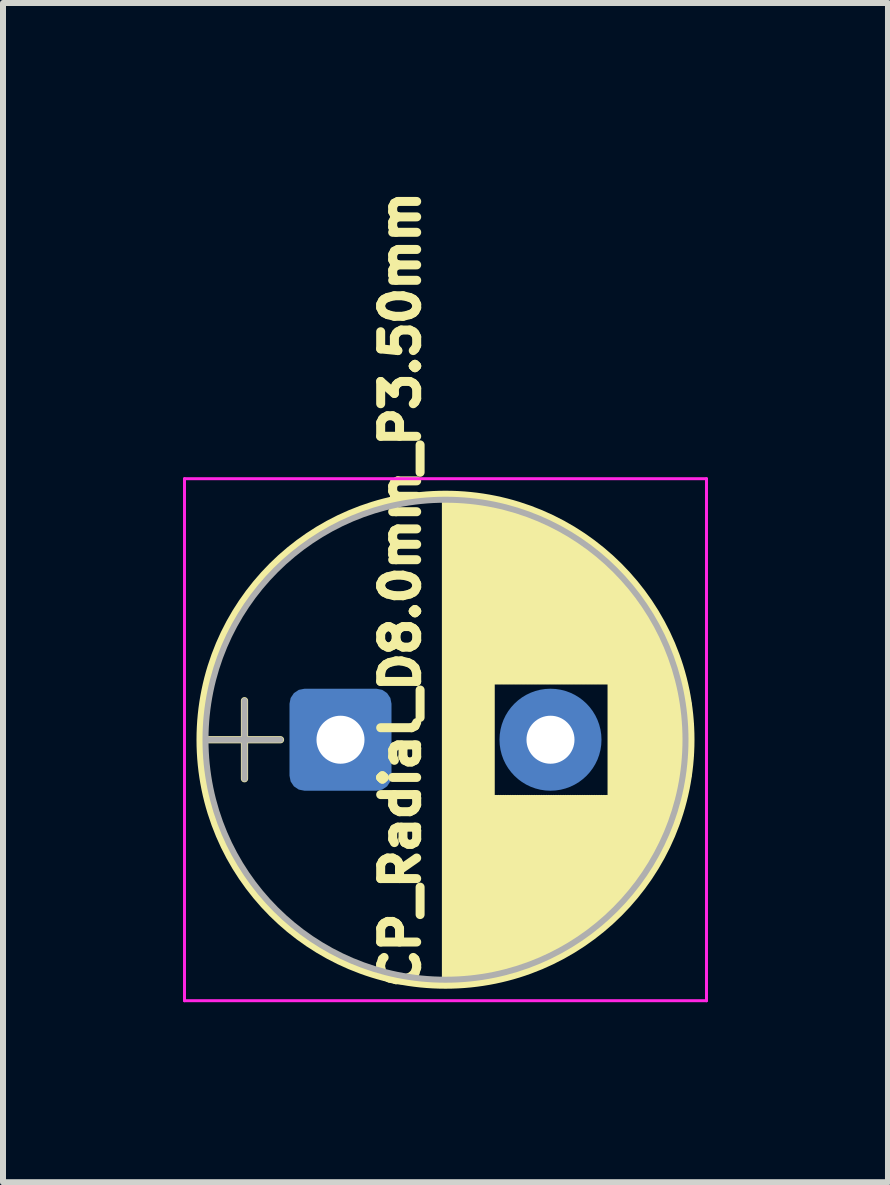
<source format=kicad_pcb>
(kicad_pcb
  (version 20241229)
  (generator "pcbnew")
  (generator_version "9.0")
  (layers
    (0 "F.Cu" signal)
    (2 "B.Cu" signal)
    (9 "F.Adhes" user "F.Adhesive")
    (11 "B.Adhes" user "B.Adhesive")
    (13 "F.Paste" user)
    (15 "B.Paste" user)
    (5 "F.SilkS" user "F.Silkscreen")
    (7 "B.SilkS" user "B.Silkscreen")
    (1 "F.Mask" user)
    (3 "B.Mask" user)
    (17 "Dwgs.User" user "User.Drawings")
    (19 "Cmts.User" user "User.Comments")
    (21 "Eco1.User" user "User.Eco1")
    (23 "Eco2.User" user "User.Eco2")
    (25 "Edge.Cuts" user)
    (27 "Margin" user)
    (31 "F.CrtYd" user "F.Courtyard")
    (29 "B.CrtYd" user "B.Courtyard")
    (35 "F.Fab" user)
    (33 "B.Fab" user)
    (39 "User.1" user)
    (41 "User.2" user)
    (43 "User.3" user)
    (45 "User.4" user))
  (footprint "CP_Radial_D8.0mm_P3.50mm"
    (layer "F.Cu")
    (at 4.375 9.279)
    (property "Reference" "CP_Radial_D8.0mm_P3.50mm" (at -0.75 -2.5 90) (layer "F.SilkS") (effects (font (size 0.6 0.6) (thickness 0.15))))
    (attr through_hole)
    (fp_line (start -3.95 0) (end -2.75 0) (stroke (width 0.12) (type solid)) (layer "F.SilkS"))
    (fp_line (start -3.35 -0.65) (end -3.35 0.65) (stroke (width 0.12) (type solid)) (layer "F.SilkS"))
    (fp_line (start 0 -4.05) (end 0 4.05) (stroke (width 0.12) (type solid)) (layer "F.SilkS"))
    (fp_line (start 0.04 -4.05) (end 0.04 4.05) (stroke (width 0.12) (type solid)) (layer "F.SilkS"))
    (fp_line (start 0.08 -4.05) (end 0.08 4.05) (stroke (width 0.12) (type solid)) (layer "F.SilkS"))
    (fp_line (start 0.12 -4.049) (end 0.12 4.049) (stroke (width 0.12) (type solid)) (layer "F.SilkS"))
    (fp_line (start 0.16 -4.047) (end 0.16 4.047) (stroke (width 0.12) (type solid)) (layer "F.SilkS"))
    (fp_line (start 0.2 -4.046) (end 0.2 4.046) (stroke (width 0.12) (type solid)) (layer "F.SilkS"))
    (fp_line (start 0.24 -4.043) (end 0.24 4.043) (stroke (width 0.12) (type solid)) (layer "F.SilkS"))
    (fp_line (start 0.28 -4.041) (end 0.28 4.041) (stroke (width 0.12) (type solid)) (layer "F.SilkS"))
    (fp_line (start 0.32 -4.038) (end 0.32 4.038) (stroke (width 0.12) (type solid)) (layer "F.SilkS"))
    (fp_line (start 0.36 -4.035) (end 0.36 4.035) (stroke (width 0.12) (type solid)) (layer "F.SilkS"))
    (fp_line (start 0.4 -4.031) (end 0.4 4.031) (stroke (width 0.12) (type solid)) (layer "F.SilkS"))
    (fp_line (start 0.44 -4.027) (end 0.44 4.027) (stroke (width 0.12) (type solid)) (layer "F.SilkS"))
    (fp_line (start 0.48 -4.022) (end 0.48 4.022) (stroke (width 0.12) (type solid)) (layer "F.SilkS"))
    (fp_line (start 0.52 -4.017) (end 0.52 4.017) (stroke (width 0.12) (type solid)) (layer "F.SilkS"))
    (fp_line (start 0.56 -4.012) (end 0.56 4.012) (stroke (width 0.12) (type solid)) (layer "F.SilkS"))
    (fp_line (start 0.6 -4.006) (end 0.6 4.006) (stroke (width 0.12) (type solid)) (layer "F.SilkS"))
    (fp_line (start 0.64 -4) (end 0.64 4) (stroke (width 0.12) (type solid)) (layer "F.SilkS"))
    (fp_line (start 0.68 -3.994) (end 0.68 3.994) (stroke (width 0.12) (type solid)) (layer "F.SilkS"))
    (fp_line (start 0.721 -3.987) (end 0.721 3.987) (stroke (width 0.12) (type solid)) (layer "F.SilkS"))
    (fp_line (start 0.761 -3.979) (end 0.761 3.979) (stroke (width 0.12) (type solid)) (layer "F.SilkS"))
    (fp_line (start 0.801 -3.971) (end 0.801 -0.98) (stroke (width 0.12) (type solid)) (layer "F.SilkS"))
    (fp_line (start 0.801 0.98) (end 0.801 3.971) (stroke (width 0.12) (type solid)) (layer "F.SilkS"))
    (fp_line (start 0.841 -3.963) (end 0.841 -0.98) (stroke (width 0.12) (type solid)) (layer "F.SilkS"))
    (fp_line (start 0.841 0.98) (end 0.841 3.963) (stroke (width 0.12) (type solid)) (layer "F.SilkS"))
    (fp_line (start 0.881 -3.955) (end 0.881 -0.98) (stroke (width 0.12) (type solid)) (layer "F.SilkS"))
    (fp_line (start 0.881 0.98) (end 0.881 3.955) (stroke (width 0.12) (type solid)) (layer "F.SilkS"))
    (fp_line (start 0.921 -3.946) (end 0.921 -0.98) (stroke (width 0.12) (type solid)) (layer "F.SilkS"))
    (fp_line (start 0.921 0.98) (end 0.921 3.946) (stroke (width 0.12) (type solid)) (layer "F.SilkS"))
    (fp_line (start 0.961 -3.936) (end 0.961 -0.98) (stroke (width 0.12) (type solid)) (layer "F.SilkS"))
    (fp_line (start 0.961 0.98) (end 0.961 3.936) (stroke (width 0.12) (type solid)) (layer "F.SilkS"))
    (fp_line (start 1.001 -3.926) (end 1.001 -0.98) (stroke (width 0.12) (type solid)) (layer "F.SilkS"))
    (fp_line (start 1.001 0.98) (end 1.001 3.926) (stroke (width 0.12) (type solid)) (layer "F.SilkS"))
    (fp_line (start 1.041 -3.916) (end 1.041 -0.98) (stroke (width 0.12) (type solid)) (layer "F.SilkS"))
    (fp_line (start 1.041 0.98) (end 1.041 3.916) (stroke (width 0.12) (type solid)) (layer "F.SilkS"))
    (fp_line (start 1.081 -3.905) (end 1.081 -0.98) (stroke (width 0.12) (type solid)) (layer "F.SilkS"))
    (fp_line (start 1.081 0.98) (end 1.081 3.905) (stroke (width 0.12) (type solid)) (layer "F.SilkS"))
    (fp_line (start 1.121 -3.894) (end 1.121 -0.98) (stroke (width 0.12) (type solid)) (layer "F.SilkS"))
    (fp_line (start 1.121 0.98) (end 1.121 3.894) (stroke (width 0.12) (type solid)) (layer "F.SilkS"))
    (fp_line (start 1.161 -3.883) (end 1.161 -0.98) (stroke (width 0.12) (type solid)) (layer "F.SilkS"))
    (fp_line (start 1.161 0.98) (end 1.161 3.883) (stroke (width 0.12) (type solid)) (layer "F.SilkS"))
    (fp_line (start 1.201 -3.87) (end 1.201 -0.98) (stroke (width 0.12) (type solid)) (layer "F.SilkS"))
    (fp_line (start 1.201 0.98) (end 1.201 3.87) (stroke (width 0.12) (type solid)) (layer "F.SilkS"))
    (fp_line (start 1.241 -3.858) (end 1.241 -0.98) (stroke (width 0.12) (type solid)) (layer "F.SilkS"))
    (fp_line (start 1.241 0.98) (end 1.241 3.858) (stroke (width 0.12) (type solid)) (layer "F.SilkS"))
    (fp_line (start 1.281 -3.845) (end 1.281 -0.98) (stroke (width 0.12) (type solid)) (layer "F.SilkS"))
    (fp_line (start 1.281 0.98) (end 1.281 3.845) (stroke (width 0.12) (type solid)) (layer "F.SilkS"))
    (fp_line (start 1.321 -3.832) (end 1.321 -0.98) (stroke (width 0.12) (type solid)) (layer "F.SilkS"))
    (fp_line (start 1.321 0.98) (end 1.321 3.832) (stroke (width 0.12) (type solid)) (layer "F.SilkS"))
    (fp_line (start 1.361 -3.818) (end 1.361 -0.98) (stroke (width 0.12) (type solid)) (layer "F.SilkS"))
    (fp_line (start 1.361 0.98) (end 1.361 3.818) (stroke (width 0.12) (type solid)) (layer "F.SilkS"))
    (fp_line (start 1.401 -3.803) (end 1.401 -0.98) (stroke (width 0.12) (type solid)) (layer "F.SilkS"))
    (fp_line (start 1.401 0.98) (end 1.401 3.803) (stroke (width 0.12) (type solid)) (layer "F.SilkS"))
    (fp_line (start 1.441 -3.789) (end 1.441 -0.98) (stroke (width 0.12) (type solid)) (layer "F.SilkS"))
    (fp_line (start 1.441 0.98) (end 1.441 3.789) (stroke (width 0.12) (type solid)) (layer "F.SilkS"))
    (fp_line (start 1.481 -3.773) (end 1.481 -0.98) (stroke (width 0.12) (type solid)) (layer "F.SilkS"))
    (fp_line (start 1.481 0.98) (end 1.481 3.773) (stroke (width 0.12) (type solid)) (layer "F.SilkS"))
    (fp_line (start 1.521 -3.758) (end 1.521 -0.98) (stroke (width 0.12) (type solid)) (layer "F.SilkS"))
    (fp_line (start 1.521 0.98) (end 1.521 3.758) (stroke (width 0.12) (type solid)) (layer "F.SilkS"))
    (fp_line (start 1.561 -3.741) (end 1.561 -0.98) (stroke (width 0.12) (type solid)) (layer "F.SilkS"))
    (fp_line (start 1.561 0.98) (end 1.561 3.741) (stroke (width 0.12) (type solid)) (layer "F.SilkS"))
    (fp_line (start 1.601 -3.725) (end 1.601 -0.98) (stroke (width 0.12) (type solid)) (layer "F.SilkS"))
    (fp_line (start 1.601 0.98) (end 1.601 3.725) (stroke (width 0.12) (type solid)) (layer "F.SilkS"))
    (fp_line (start 1.641 -3.707) (end 1.641 -0.98) (stroke (width 0.12) (type solid)) (layer "F.SilkS"))
    (fp_line (start 1.641 0.98) (end 1.641 3.707) (stroke (width 0.12) (type solid)) (layer "F.SilkS"))
    (fp_line (start 1.681 -3.69) (end 1.681 -0.98) (stroke (width 0.12) (type solid)) (layer "F.SilkS"))
    (fp_line (start 1.681 0.98) (end 1.681 3.69) (stroke (width 0.12) (type solid)) (layer "F.SilkS"))
    (fp_line (start 1.721 -3.671) (end 1.721 -0.98) (stroke (width 0.12) (type solid)) (layer "F.SilkS"))
    (fp_line (start 1.721 0.98) (end 1.721 3.671) (stroke (width 0.12) (type solid)) (layer "F.SilkS"))
    (fp_line (start 1.761 -3.652) (end 1.761 -0.98) (stroke (width 0.12) (type solid)) (layer "F.SilkS"))
    (fp_line (start 1.761 0.98) (end 1.761 3.652) (stroke (width 0.12) (type solid)) (layer "F.SilkS"))
    (fp_line (start 1.801 -3.633) (end 1.801 -0.98) (stroke (width 0.12) (type solid)) (layer "F.SilkS"))
    (fp_line (start 1.801 0.98) (end 1.801 3.633) (stroke (width 0.12) (type solid)) (layer "F.SilkS"))
    (fp_line (start 1.841 -3.613) (end 1.841 -0.98) (stroke (width 0.12) (type solid)) (layer "F.SilkS"))
    (fp_line (start 1.841 0.98) (end 1.841 3.613) (stroke (width 0.12) (type solid)) (layer "F.SilkS"))
    (fp_line (start 1.881 -3.593) (end 1.881 -0.98) (stroke (width 0.12) (type solid)) (layer "F.SilkS"))
    (fp_line (start 1.881 0.98) (end 1.881 3.593) (stroke (width 0.12) (type solid)) (layer "F.SilkS"))
    (fp_line (start 1.921 -3.572) (end 1.921 -0.98) (stroke (width 0.12) (type solid)) (layer "F.SilkS"))
    (fp_line (start 1.921 0.98) (end 1.921 3.572) (stroke (width 0.12) (type solid)) (layer "F.SilkS"))
    (fp_line (start 1.961 -3.55) (end 1.961 -0.98) (stroke (width 0.12) (type solid)) (layer "F.SilkS"))
    (fp_line (start 1.961 0.98) (end 1.961 3.55) (stroke (width 0.12) (type solid)) (layer "F.SilkS"))
    (fp_line (start 2.001 -3.528) (end 2.001 -0.98) (stroke (width 0.12) (type solid)) (layer "F.SilkS"))
    (fp_line (start 2.001 0.98) (end 2.001 3.528) (stroke (width 0.12) (type solid)) (layer "F.SilkS"))
    (fp_line (start 2.041 -3.505) (end 2.041 -0.98) (stroke (width 0.12) (type solid)) (layer "F.SilkS"))
    (fp_line (start 2.041 0.98) (end 2.041 3.505) (stroke (width 0.12) (type solid)) (layer "F.SilkS"))
    (fp_line (start 2.081 -3.482) (end 2.081 -0.98) (stroke (width 0.12) (type solid)) (layer "F.SilkS"))
    (fp_line (start 2.081 0.98) (end 2.081 3.482) (stroke (width 0.12) (type solid)) (layer "F.SilkS"))
    (fp_line (start 2.121 -3.458) (end 2.121 -0.98) (stroke (width 0.12) (type solid)) (layer "F.SilkS"))
    (fp_line (start 2.121 0.98) (end 2.121 3.458) (stroke (width 0.12) (type solid)) (layer "F.SilkS"))
    (fp_line (start 2.161 -3.434) (end 2.161 -0.98) (stroke (width 0.12) (type solid)) (layer "F.SilkS"))
    (fp_line (start 2.161 0.98) (end 2.161 3.434) (stroke (width 0.12) (type solid)) (layer "F.SilkS"))
    (fp_line (start 2.201 -3.408) (end 2.201 -0.98) (stroke (width 0.12) (type solid)) (layer "F.SilkS"))
    (fp_line (start 2.201 0.98) (end 2.201 3.408) (stroke (width 0.12) (type solid)) (layer "F.SilkS"))
    (fp_line (start 2.241 -3.383) (end 2.241 -0.98) (stroke (width 0.12) (type solid)) (layer "F.SilkS"))
    (fp_line (start 2.241 0.98) (end 2.241 3.383) (stroke (width 0.12) (type solid)) (layer "F.SilkS"))
    (fp_line (start 2.281 -3.356) (end 2.281 -0.98) (stroke (width 0.12) (type solid)) (layer "F.SilkS"))
    (fp_line (start 2.281 0.98) (end 2.281 3.356) (stroke (width 0.12) (type solid)) (layer "F.SilkS"))
    (fp_line (start 2.321 -3.329) (end 2.321 -0.98) (stroke (width 0.12) (type solid)) (layer "F.SilkS"))
    (fp_line (start 2.321 0.98) (end 2.321 3.329) (stroke (width 0.12) (type solid)) (layer "F.SilkS"))
    (fp_line (start 2.361 -3.301) (end 2.361 -0.98) (stroke (width 0.12) (type solid)) (layer "F.SilkS"))
    (fp_line (start 2.361 0.98) (end 2.361 3.301) (stroke (width 0.12) (type solid)) (layer "F.SilkS"))
    (fp_line (start 2.401 -3.272) (end 2.401 -0.98) (stroke (width 0.12) (type solid)) (layer "F.SilkS"))
    (fp_line (start 2.401 0.98) (end 2.401 3.272) (stroke (width 0.12) (type solid)) (layer "F.SilkS"))
    (fp_line (start 2.441 -3.243) (end 2.441 -0.98) (stroke (width 0.12) (type solid)) (layer "F.SilkS"))
    (fp_line (start 2.441 0.98) (end 2.441 3.243) (stroke (width 0.12) (type solid)) (layer "F.SilkS"))
    (fp_line (start 2.481 -3.213) (end 2.481 -0.98) (stroke (width 0.12) (type solid)) (layer "F.SilkS"))
    (fp_line (start 2.481 0.98) (end 2.481 3.213) (stroke (width 0.12) (type solid)) (layer "F.SilkS"))
    (fp_line (start 2.521 -3.182) (end 2.521 -0.98) (stroke (width 0.12) (type solid)) (layer "F.SilkS"))
    (fp_line (start 2.521 0.98) (end 2.521 3.182) (stroke (width 0.12) (type solid)) (layer "F.SilkS"))
    (fp_line (start 2.561 -3.15) (end 2.561 -0.98) (stroke (width 0.12) (type solid)) (layer "F.SilkS"))
    (fp_line (start 2.561 0.98) (end 2.561 3.15) (stroke (width 0.12) (type solid)) (layer "F.SilkS"))
    (fp_line (start 2.601 -3.118) (end 2.601 -0.98) (stroke (width 0.12) (type solid)) (layer "F.SilkS"))
    (fp_line (start 2.601 0.98) (end 2.601 3.118) (stroke (width 0.12) (type solid)) (layer "F.SilkS"))
    (fp_line (start 2.641 -3.084) (end 2.641 -0.98) (stroke (width 0.12) (type solid)) (layer "F.SilkS"))
    (fp_line (start 2.641 0.98) (end 2.641 3.084) (stroke (width 0.12) (type solid)) (layer "F.SilkS"))
    (fp_line (start 2.681 -3.05) (end 2.681 -0.98) (stroke (width 0.12) (type solid)) (layer "F.SilkS"))
    (fp_line (start 2.681 0.98) (end 2.681 3.05) (stroke (width 0.12) (type solid)) (layer "F.SilkS"))
    (fp_line (start 2.721 -3.015) (end 2.721 -0.98) (stroke (width 0.12) (type solid)) (layer "F.SilkS"))
    (fp_line (start 2.721 0.98) (end 2.721 3.015) (stroke (width 0.12) (type solid)) (layer "F.SilkS"))
    (fp_line (start 2.761 -2.979) (end 2.761 2.979) (stroke (width 0.12) (type solid)) (layer "F.SilkS"))
    (fp_line (start 2.801 -2.942) (end 2.801 2.942) (stroke (width 0.12) (type solid)) (layer "F.SilkS"))
    (fp_line (start 2.841 -2.904) (end 2.841 2.904) (stroke (width 0.12) (type solid)) (layer "F.SilkS"))
    (fp_line (start 2.881 -2.865) (end 2.881 2.865) (stroke (width 0.12) (type solid)) (layer "F.SilkS"))
    (fp_line (start 2.921 -2.824) (end 2.921 2.824) (stroke (width 0.12) (type solid)) (layer "F.SilkS"))
    (fp_line (start 2.961 -2.783) (end 2.961 2.783) (stroke (width 0.12) (type solid)) (layer "F.SilkS"))
    (fp_line (start 3.001 -2.74) (end 3.001 2.74) (stroke (width 0.12) (type solid)) (layer "F.SilkS"))
    (fp_line (start 3.041 -2.697) (end 3.041 2.697) (stroke (width 0.12) (type solid)) (layer "F.SilkS"))
    (fp_line (start 3.081 -2.652) (end 3.081 2.652) (stroke (width 0.12) (type solid)) (layer "F.SilkS"))
    (fp_line (start 3.121 -2.605) (end 3.121 2.605) (stroke (width 0.12) (type solid)) (layer "F.SilkS"))
    (fp_line (start 3.161 -2.557) (end 3.161 2.557) (stroke (width 0.12) (type solid)) (layer "F.SilkS"))
    (fp_line (start 3.201 -2.508) (end 3.201 2.508) (stroke (width 0.12) (type solid)) (layer "F.SilkS"))
    (fp_line (start 3.241 -2.457) (end 3.241 2.457) (stroke (width 0.12) (type solid)) (layer "F.SilkS"))
    (fp_line (start 3.281 -2.404) (end 3.281 2.404) (stroke (width 0.12) (type solid)) (layer "F.SilkS"))
    (fp_line (start 3.321 -2.349) (end 3.321 2.349) (stroke (width 0.12) (type solid)) (layer "F.SilkS"))
    (fp_line (start 3.361 -2.293) (end 3.361 2.293) (stroke (width 0.12) (type solid)) (layer "F.SilkS"))
    (fp_line (start 3.401 -2.234) (end 3.401 2.234) (stroke (width 0.12) (type solid)) (layer "F.SilkS"))
    (fp_line (start 3.441 -2.173) (end 3.441 2.173) (stroke (width 0.12) (type solid)) (layer "F.SilkS"))
    (fp_line (start 3.481 -2.109) (end 3.481 2.109) (stroke (width 0.12) (type solid)) (layer "F.SilkS"))
    (fp_line (start 3.521 -2.043) (end 3.521 2.043) (stroke (width 0.12) (type solid)) (layer "F.SilkS"))
    (fp_line (start 3.561 -1.974) (end 3.561 1.974) (stroke (width 0.12) (type solid)) (layer "F.SilkS"))
    (fp_line (start 3.601 -1.902) (end 3.601 1.902) (stroke (width 0.12) (type solid)) (layer "F.SilkS"))
    (fp_line (start 3.641 -1.826) (end 3.641 1.826) (stroke (width 0.12) (type solid)) (layer "F.SilkS"))
    (fp_line (start 3.681 -1.745) (end 3.681 1.745) (stroke (width 0.12) (type solid)) (layer "F.SilkS"))
    (fp_line (start 3.721 -1.66) (end 3.721 1.66) (stroke (width 0.12) (type solid)) (layer "F.SilkS"))
    (fp_line (start 3.761 -1.57) (end 3.761 1.57) (stroke (width 0.12) (type solid)) (layer "F.SilkS"))
    (fp_line (start 3.801 -1.473) (end 3.801 1.473) (stroke (width 0.12) (type solid)) (layer "F.SilkS"))
    (fp_line (start 3.841 -1.369) (end 3.841 1.369) (stroke (width 0.12) (type solid)) (layer "F.SilkS"))
    (fp_line (start 3.881 -1.254) (end 3.881 1.254) (stroke (width 0.12) (type solid)) (layer "F.SilkS"))
    (fp_line (start 3.921 -1.127) (end 3.921 1.127) (stroke (width 0.12) (type solid)) (layer "F.SilkS"))
    (fp_line (start 3.961 -0.983) (end 3.961 0.983) (stroke (width 0.12) (type solid)) (layer "F.SilkS"))
    (fp_line (start 4.001 -0.814) (end 4.001 0.814) (stroke (width 0.12) (type solid)) (layer "F.SilkS"))
    (fp_line (start 4.041 -0.598) (end 4.041 0.598) (stroke (width 0.12) (type solid)) (layer "F.SilkS"))
    (fp_line (start 4.081 -0.246) (end 4.081 0.246) (stroke (width 0.12) (type solid)) (layer "F.SilkS"))
    (fp_circle (center 0 0) (end 4.09 0) (stroke (width 0.12) (type solid)) (fill no) (layer "F.SilkS"))
    (fp_line (start -4.35 -4.35) (end -4.35 4.35) (stroke (width 0.05) (type solid)) (layer "F.CrtYd"))
    (fp_line (start -4.35 4.35) (end 4.35 4.35) (stroke (width 0.05) (type solid)) (layer "F.CrtYd"))
    (fp_line (start 4.35 -4.35) (end -4.35 -4.35) (stroke (width 0.05) (type solid)) (layer "F.CrtYd"))
    (fp_line (start 4.35 4.35) (end 4.35 -4.35) (stroke (width 0.05) (type solid)) (layer "F.CrtYd"))
    (fp_line (start -3.95 0) (end -2.75 0) (stroke (width 0.1) (type solid)) (layer "F.Fab"))
    (fp_line (start -3.35 -0.65) (end -3.35 0.65) (stroke (width 0.1) (type solid)) (layer "F.Fab"))
    (fp_circle (center 0 0) (end 4 0) (stroke (width 0.1) (type solid)) (fill no) (layer "F.Fab"))
    (pad "1" thru_hole circle (at -1.75 0) (size 1.4 1.4) (drill 0.8) (layers "*.Cu" "*.Mask"))
    (pad "1" connect roundrect (at -1.75 0) (size 1.7 1.7) (layers "B.Cu" "B.Mask") (roundrect_rratio 0.147))
    (pad "2" thru_hole circle (at 1.75 0) (size 1.4 1.4) (drill 0.8) (layers "*.Cu" "*.Mask"))
    (pad "2" connect circle (at 1.75 0) (size 1.7 1.7) (layers "B.Cu" "B.Mask")))
  (gr_rect
    (start -3 -3)
    (end 11.75 16.654)
    (stroke (width 0.1) (type default))
    (fill no)
    (layer "Edge.Cuts")))
</source>
